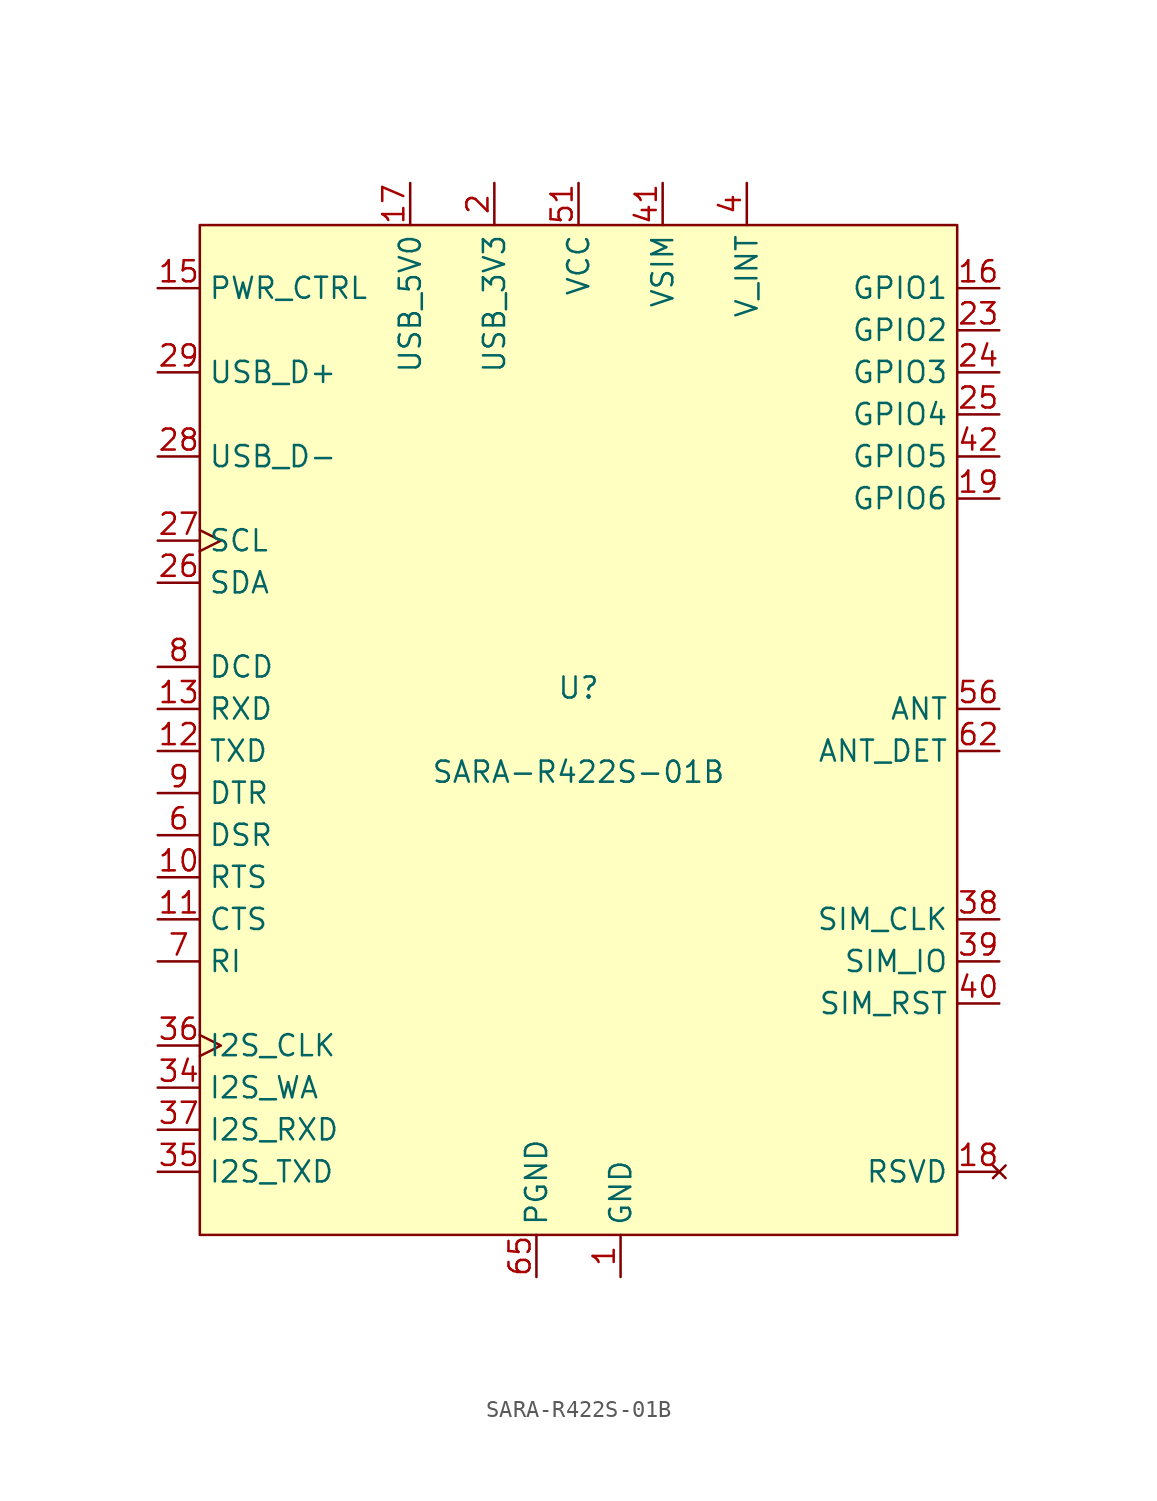
<source format=kicad_sym>
(kicad_symbol_lib
  (version 20231120)
  (generator "kicad_symbol_editor")
  (generator_version "8.0")
  (symbol "SARA-R422S-01B"
    (property "Reference" "U"
      (at 0 2.54 0)
      (do_not_autoplace)
      (effects (font (size 1.27 1.27))))
    (property "Value" "SARA-R422S-01B"
      (at 0 -2.54 0)
      (do_not_autoplace)
      (effects (font (size 1.27 1.27))))
    (symbol "SARA-R422S-01B_0_0"
      (pin passive line (at 2.54 -33.02 90) (length 2.54) (name "GND" (effects (font (size 1.27 1.27)))) (number "1" (effects (font (size 1.27 1.27)))))
      (pin passive line (at 2.54 -33.02 90) (length 2.54) hide (name "GND" (effects (font (size 1.27 1.27)))) (number "14" (effects (font (size 1.27 1.27)))))
      (pin bidirectional line (at 25.4 13.97 180) (length 2.54) (name "GPIO6" (effects (font (size 1.27 1.27)))) (number "19" (effects (font (size 1.27 1.27)))))
      (pin power_in line (at -5.08 33.02 270) (length 2.54) (name "USB_3V3" (effects (font (size 1.27 1.27)))) (number "2" (effects (font (size 1.27 1.27)))))
      (pin bidirectional line (at -25.4 8.89 0) (length 2.54) (name "SDA" (effects (font (size 1.27 1.27)))) (number "26" (effects (font (size 1.27 1.27)))))
      (pin bidirectional clock (at -25.4 11.43 0) (length 2.54) (name "SCL" (effects (font (size 1.27 1.27)))) (number "27" (effects (font (size 1.27 1.27)))))
      (pin passive line (at 2.54 -33.02 90) (length 2.54) hide (name "GND" (effects (font (size 1.27 1.27)))) (number "3" (effects (font (size 1.27 1.27)))))
      (pin passive line (at 2.54 -33.02 90) (length 2.54) hide (name "GND" (effects (font (size 1.27 1.27)))) (number "32" (effects (font (size 1.27 1.27)))))
      (pin output clock (at -25.4 -19.05 0) (length 2.54) (name "I2S_CLK" (effects (font (size 1.27 1.27)))) (number "36" (effects (font (size 1.27 1.27)))))
      (pin output line (at 25.4 -11.43 180) (length 2.54) (name "SIM_CLK" (effects (font (size 1.27 1.27)))) (number "38" (effects (font (size 1.27 1.27)))))
      (pin power_out line (at 10.16 33.02 270) (length 2.54) (name "V_INT" (effects (font (size 1.27 1.27)))) (number "4" (effects (font (size 1.27 1.27)))))
      (pin output line (at 25.4 -16.51 180) (length 2.54) (name "SIM_RST" (effects (font (size 1.27 1.27)))) (number "40" (effects (font (size 1.27 1.27)))))
      (pin bidirectional line (at -25.4 -6.35 0) (length 2.54) (name "DSR" (effects (font (size 1.27 1.27)))) (number "6" (effects (font (size 1.27 1.27)))))
      (pin output line (at -25.4 -13.97 0) (length 2.54) (name "RI" (effects (font (size 1.27 1.27)))) (number "7" (effects (font (size 1.27 1.27))))))
    (symbol "SARA-R422S-01B_1_0"
      (pin input line (at -25.4 -8.89 0) (length 2.54) (name "RTS" (effects (font (size 1.27 1.27)))) (number "10" (effects (font (size 1.27 1.27)))))
      (pin output line (at -25.4 -11.43 0) (length 2.54) (name "CTS" (effects (font (size 1.27 1.27)))) (number "11" (effects (font (size 1.27 1.27)))))
      (pin input line (at -25.4 -1.27 0) (length 2.54) (name "TXD" (effects (font (size 1.27 1.27)))) (number "12" (effects (font (size 1.27 1.27)))))
      (pin output line (at -25.4 1.27 0) (length 2.54) (name "RXD" (effects (font (size 1.27 1.27)))) (number "13" (effects (font (size 1.27 1.27)))))
      (pin input line (at -25.4 26.67 0) (length 2.54) (name "PWR_CTRL" (effects (font (size 1.27 1.27)))) (number "15" (effects (font (size 1.27 1.27)))))
      (pin bidirectional line (at 25.4 26.67 180) (length 2.54) (name "GPIO1" (effects (font (size 1.27 1.27)))) (number "16" (effects (font (size 1.27 1.27)))))
      (pin power_in line (at -10.16 33.02 270) (length 2.54) (name "USB_5V0" (effects (font (size 1.27 1.27)))) (number "17" (effects (font (size 1.27 1.27)))))
      (pin no_connect line (at 25.4 -26.67 180) (length 2.54) (name "RSVD" (effects (font (size 1.27 1.27)))) (number "18" (effects (font (size 1.27 1.27)))))
      (pin passive line (at 2.54 -33.02 90) (length 2.54) hide (name "GND" (effects (font (size 1.27 1.27)))) (number "20" (effects (font (size 1.27 1.27)))))
      (pin passive line (at 2.54 -33.02 90) (length 2.54) hide (name "GND" (effects (font (size 1.27 1.27)))) (number "21" (effects (font (size 1.27 1.27)))))
      (pin passive line (at 2.54 -33.02 90) (length 2.54) hide (name "GND" (effects (font (size 1.27 1.27)))) (number "22" (effects (font (size 1.27 1.27)))))
      (pin bidirectional line (at 25.4 24.13 180) (length 2.54) (name "GPIO2" (effects (font (size 1.27 1.27)))) (number "23" (effects (font (size 1.27 1.27)))))
      (pin bidirectional line (at 25.4 21.59 180) (length 2.54) (name "GPIO3" (effects (font (size 1.27 1.27)))) (number "24" (effects (font (size 1.27 1.27)))))
      (pin bidirectional line (at 25.4 19.05 180) (length 2.54) (name "GPIO4" (effects (font (size 1.27 1.27)))) (number "25" (effects (font (size 1.27 1.27)))))
      (pin bidirectional line (at -25.4 16.51 0) (length 2.54) (name "USB_D-" (effects (font (size 1.27 1.27)))) (number "28" (effects (font (size 1.27 1.27)))))
      (pin bidirectional line (at -25.4 21.59 0) (length 2.54) (name "USB_D+" (effects (font (size 1.27 1.27)))) (number "29" (effects (font (size 1.27 1.27)))))
      (pin passive line (at 2.54 -33.02 90) (length 2.54) hide (name "GND" (effects (font (size 1.27 1.27)))) (number "30" (effects (font (size 1.27 1.27)))))
      (pin no_connect line (at 25.4 -26.67 180) (length 2.54) hide (name "RSVD" (effects (font (size 1.27 1.27)))) (number "31" (effects (font (size 1.27 1.27)))))
      (pin no_connect line (at 25.4 -26.67 180) (length 2.54) hide (name "RSVD" (effects (font (size 1.27 1.27)))) (number "33" (effects (font (size 1.27 1.27)))))
      (pin output line (at -25.4 -21.59 0) (length 2.54) (name "I2S_WA" (effects (font (size 1.27 1.27)))) (number "34" (effects (font (size 1.27 1.27)))))
      (pin output line (at -25.4 -26.67 0) (length 2.54) (name "I2S_TXD" (effects (font (size 1.27 1.27)))) (number "35" (effects (font (size 1.27 1.27)))))
      (pin input line (at -25.4 -24.13 0) (length 2.54) (name "I2S_RXD" (effects (font (size 1.27 1.27)))) (number "37" (effects (font (size 1.27 1.27)))))
      (pin bidirectional line (at 25.4 -13.97 180) (length 2.54) (name "SIM_IO" (effects (font (size 1.27 1.27)))) (number "39" (effects (font (size 1.27 1.27)))))
      (pin power_out line (at 5.08 33.02 270) (length 2.54) (name "VSIM" (effects (font (size 1.27 1.27)))) (number "41" (effects (font (size 1.27 1.27)))))
      (pin bidirectional line (at 25.4 16.51 180) (length 2.54) (name "GPIO5" (effects (font (size 1.27 1.27)))) (number "42" (effects (font (size 1.27 1.27)))) (alternate "SPI_SDO" output line))
      (pin passive line (at 2.54 -33.02 90) (length 2.54) hide (name "GND" (effects (font (size 1.27 1.27)))) (number "43" (effects (font (size 1.27 1.27)))) (alternate "SPI_SDI" input line))
      (pin no_connect line (at 25.4 -26.67 180) (length 2.54) hide (name "RSVD" (effects (font (size 1.27 1.27)))) (number "44" (effects (font (size 1.27 1.27)))) (alternate "SPI_CS_N" input input_low))
      (pin no_connect clock (at 25.4 -26.67 180) (length 2.54) hide (name "RSVD" (effects (font (size 1.27 1.27)))) (number "45" (effects (font (size 1.27 1.27)))) (alternate "SPI_CLK" input clock))
      (pin no_connect line (at 25.4 -26.67 180) (length 2.54) hide (name "RSVD" (effects (font (size 1.27 1.27)))) (number "46" (effects (font (size 1.27 1.27)))))
      (pin no_connect line (at 25.4 -26.67 180) (length 2.54) hide (name "RSVD" (effects (font (size 1.27 1.27)))) (number "47" (effects (font (size 1.27 1.27)))))
      (pin no_connect line (at 25.4 -26.67 180) (length 2.54) hide (name "RSVD" (effects (font (size 1.27 1.27)))) (number "48" (effects (font (size 1.27 1.27)))))
      (pin no_connect line (at 25.4 -26.67 180) (length 2.54) hide (name "RSVD" (effects (font (size 1.27 1.27)))) (number "49" (effects (font (size 1.27 1.27)))))
      (pin passive line (at 2.54 -33.02 90) (length 2.54) hide (name "GND" (effects (font (size 1.27 1.27)))) (number "5" (effects (font (size 1.27 1.27)))))
      (pin passive line (at 2.54 -33.02 90) (length 2.54) hide (name "GND" (effects (font (size 1.27 1.27)))) (number "50" (effects (font (size 1.27 1.27)))))
      (pin power_in line (at 0 33.02 270) (length 2.54) (name "VCC" (effects (font (size 1.27 1.27)))) (number "51" (effects (font (size 1.27 1.27)))))
      (pin power_in line (at 0 33.02 270) (length 2.54) hide (name "VCC" (effects (font (size 1.27 1.27)))) (number "52" (effects (font (size 1.27 1.27)))))
      (pin power_in line (at 0 33.02 270) (length 2.54) hide (name "VCC" (effects (font (size 1.27 1.27)))) (number "53" (effects (font (size 1.27 1.27)))))
      (pin passive line (at 2.54 -33.02 90) (length 2.54) hide (name "GND" (effects (font (size 1.27 1.27)))) (number "54" (effects (font (size 1.27 1.27)))))
      (pin passive line (at 2.54 -33.02 90) (length 2.54) hide (name "GND" (effects (font (size 1.27 1.27)))) (number "55" (effects (font (size 1.27 1.27)))))
      (pin bidirectional line (at 25.4 1.27 180) (length 2.54) (name "ANT" (effects (font (size 1.27 1.27)))) (number "56" (effects (font (size 1.27 1.27)))))
      (pin passive line (at 2.54 -33.02 90) (length 2.54) hide (name "GND" (effects (font (size 1.27 1.27)))) (number "57" (effects (font (size 1.27 1.27)))))
      (pin passive line (at 2.54 -33.02 90) (length 2.54) hide (name "GND" (effects (font (size 1.27 1.27)))) (number "58" (effects (font (size 1.27 1.27)))))
      (pin passive line (at 2.54 -33.02 90) (length 2.54) hide (name "GND" (effects (font (size 1.27 1.27)))) (number "59" (effects (font (size 1.27 1.27)))))
      (pin passive line (at 2.54 -33.02 90) (length 2.54) hide (name "GND" (effects (font (size 1.27 1.27)))) (number "60" (effects (font (size 1.27 1.27)))))
      (pin passive line (at 2.54 -33.02 90) (length 2.54) hide (name "GND" (effects (font (size 1.27 1.27)))) (number "61" (effects (font (size 1.27 1.27)))))
      (pin input line (at 25.4 -1.27 180) (length 2.54) (name "ANT_DET" (effects (font (size 1.27 1.27)))) (number "62" (effects (font (size 1.27 1.27)))))
      (pin passive line (at 2.54 -33.02 90) (length 2.54) hide (name "GND" (effects (font (size 1.27 1.27)))) (number "63" (effects (font (size 1.27 1.27)))))
      (pin passive line (at 2.54 -33.02 90) (length 2.54) hide (name "GND" (effects (font (size 1.27 1.27)))) (number "64" (effects (font (size 1.27 1.27)))))
      (pin passive line (at -2.54 -33.02 90) (length 2.54) (name "PGND" (effects (font (size 1.27 1.27)))) (number "65" (effects (font (size 1.27 1.27)))))
      (pin passive line (at -2.54 -33.02 90) (length 2.54) hide (name "PGND" (effects (font (size 1.27 1.27)))) (number "66" (effects (font (size 1.27 1.27)))))
      (pin passive line (at -2.54 -33.02 90) (length 2.54) hide (name "PGND" (effects (font (size 1.27 1.27)))) (number "67" (effects (font (size 1.27 1.27)))))
      (pin passive line (at -2.54 -33.02 90) (length 2.54) hide (name "PGND" (effects (font (size 1.27 1.27)))) (number "68" (effects (font (size 1.27 1.27)))))
      (pin passive line (at -2.54 -33.02 90) (length 2.54) hide (name "PGND" (effects (font (size 1.27 1.27)))) (number "69" (effects (font (size 1.27 1.27)))))
      (pin passive line (at -2.54 -33.02 90) (length 2.54) hide (name "PGND" (effects (font (size 1.27 1.27)))) (number "70" (effects (font (size 1.27 1.27)))))
      (pin passive line (at -2.54 -33.02 90) (length 2.54) hide (name "PGND" (effects (font (size 1.27 1.27)))) (number "71" (effects (font (size 1.27 1.27)))))
      (pin passive line (at -2.54 -33.02 90) (length 2.54) hide (name "PGND" (effects (font (size 1.27 1.27)))) (number "72" (effects (font (size 1.27 1.27)))))
      (pin passive line (at -2.54 -33.02 90) (length 2.54) hide (name "PGND" (effects (font (size 1.27 1.27)))) (number "73" (effects (font (size 1.27 1.27)))))
      (pin passive line (at -2.54 -33.02 90) (length 2.54) hide (name "PGND" (effects (font (size 1.27 1.27)))) (number "74" (effects (font (size 1.27 1.27)))))
      (pin passive line (at -2.54 -33.02 90) (length 2.54) hide (name "PGND" (effects (font (size 1.27 1.27)))) (number "75" (effects (font (size 1.27 1.27)))))
      (pin passive line (at -2.54 -33.02 90) (length 2.54) hide (name "PGND" (effects (font (size 1.27 1.27)))) (number "76" (effects (font (size 1.27 1.27)))))
      (pin passive line (at -2.54 -33.02 90) (length 2.54) hide (name "PGND" (effects (font (size 1.27 1.27)))) (number "77" (effects (font (size 1.27 1.27)))))
      (pin passive line (at -2.54 -33.02 90) (length 2.54) hide (name "PGND" (effects (font (size 1.27 1.27)))) (number "78" (effects (font (size 1.27 1.27)))))
      (pin passive line (at -2.54 -33.02 90) (length 2.54) hide (name "PGND" (effects (font (size 1.27 1.27)))) (number "79" (effects (font (size 1.27 1.27)))))
      (pin output line (at -25.4 3.81 0) (length 2.54) (name "DCD" (effects (font (size 1.27 1.27)))) (number "8" (effects (font (size 1.27 1.27)))))
      (pin passive line (at -2.54 -33.02 90) (length 2.54) hide (name "PGND" (effects (font (size 1.27 1.27)))) (number "80" (effects (font (size 1.27 1.27)))))
      (pin passive line (at -2.54 -33.02 90) (length 2.54) hide (name "PGND" (effects (font (size 1.27 1.27)))) (number "81" (effects (font (size 1.27 1.27)))))
      (pin passive line (at -2.54 -33.02 90) (length 2.54) hide (name "PGND" (effects (font (size 1.27 1.27)))) (number "82" (effects (font (size 1.27 1.27)))))
      (pin passive line (at -2.54 -33.02 90) (length 2.54) hide (name "PGND" (effects (font (size 1.27 1.27)))) (number "83" (effects (font (size 1.27 1.27)))))
      (pin passive line (at -2.54 -33.02 90) (length 2.54) hide (name "PGND" (effects (font (size 1.27 1.27)))) (number "84" (effects (font (size 1.27 1.27)))))
      (pin passive line (at -2.54 -33.02 90) (length 2.54) hide (name "PGND" (effects (font (size 1.27 1.27)))) (number "85" (effects (font (size 1.27 1.27)))))
      (pin passive line (at -2.54 -33.02 90) (length 2.54) hide (name "PGND" (effects (font (size 1.27 1.27)))) (number "86" (effects (font (size 1.27 1.27)))))
      (pin passive line (at -2.54 -33.02 90) (length 2.54) hide (name "PGND" (effects (font (size 1.27 1.27)))) (number "87" (effects (font (size 1.27 1.27)))))
      (pin passive line (at -2.54 -33.02 90) (length 2.54) hide (name "PGND" (effects (font (size 1.27 1.27)))) (number "88" (effects (font (size 1.27 1.27)))))
      (pin passive line (at -2.54 -33.02 90) (length 2.54) hide (name "PGND" (effects (font (size 1.27 1.27)))) (number "89" (effects (font (size 1.27 1.27)))))
      (pin input line (at -25.4 -3.81 0) (length 2.54) (name "DTR" (effects (font (size 1.27 1.27)))) (number "9" (effects (font (size 1.27 1.27)))))
      (pin passive line (at -2.54 -33.02 90) (length 2.54) hide (name "PGND" (effects (font (size 1.27 1.27)))) (number "90" (effects (font (size 1.27 1.27)))))
      (pin passive line (at -2.54 -33.02 90) (length 2.54) hide (name "PGND" (effects (font (size 1.27 1.27)))) (number "91" (effects (font (size 1.27 1.27)))))
      (pin passive line (at -2.54 -33.02 90) (length 2.54) hide (name "PGND" (effects (font (size 1.27 1.27)))) (number "92" (effects (font (size 1.27 1.27)))))
      (pin passive line (at -2.54 -33.02 90) (length 2.54) hide (name "PGND" (effects (font (size 1.27 1.27)))) (number "93" (effects (font (size 1.27 1.27)))))
      (pin passive line (at -2.54 -33.02 90) (length 2.54) hide (name "PGND" (effects (font (size 1.27 1.27)))) (number "94" (effects (font (size 1.27 1.27)))))
      (pin passive line (at -2.54 -33.02 90) (length 2.54) hide (name "PGND" (effects (font (size 1.27 1.27)))) (number "95" (effects (font (size 1.27 1.27)))))
      (pin passive line (at -2.54 -33.02 90) (length 2.54) hide (name "PGND" (effects (font (size 1.27 1.27)))) (number "96" (effects (font (size 1.27 1.27))))))
    (symbol "SARA-R422S-01B_1_1"
      (rectangle (start -22.86 30.48) (end 22.86 -30.48) (stroke (width 0) (type default)) (fill (type background))))))
</source>
